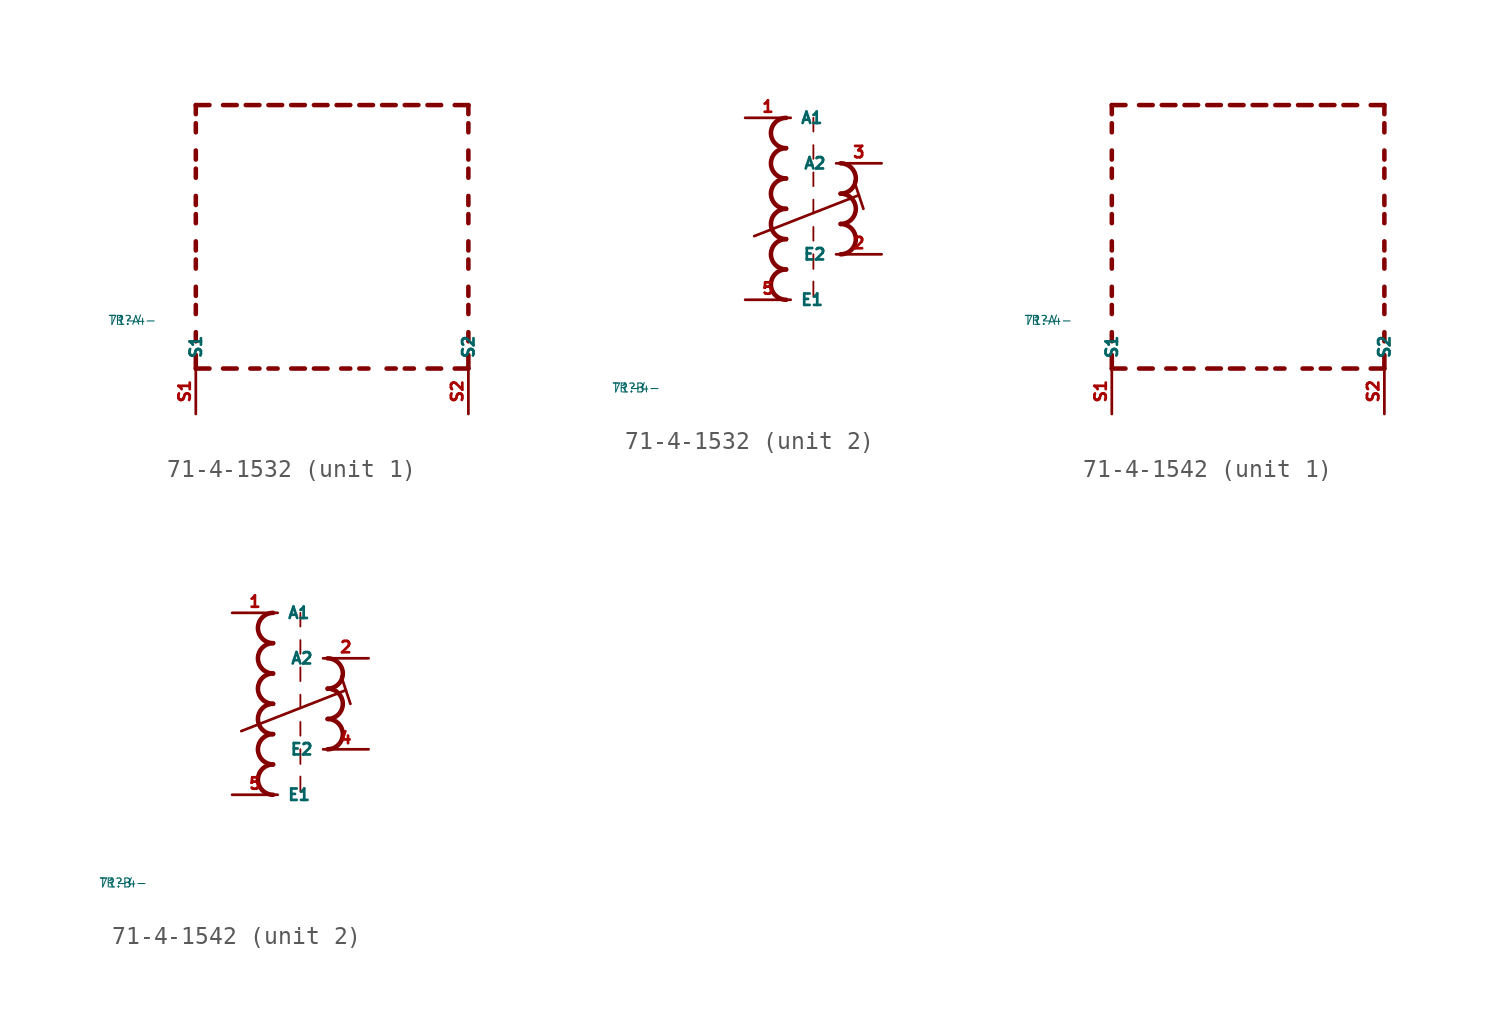
<source format=kicad_sym>
(kicad_symbol_lib
  (version 20220914)
  (generator kicad_symbol_editor)
  (symbol "71-4-1532"
    (property "Reference" "TR"
      (at -10 -10 0)
      (effects (font (size 0.5 0.5) (thickness 0.06)) (justify left)))
    (property "Value" "71-4-"
      (at -10 -10 0)
      (effects (font (size 0.5 0.5) (thickness 0.06)) (justify left)))
    (symbol "71-4-1532_1_0"
      (polyline (pts (xy -5.08 -12.7) (xy -5.08 -11.938)) (stroke (width 0.254) (type default)) (fill (type none)))
      (polyline (pts (xy -5.08 -12.7) (xy -4.318 -12.7)) (stroke (width 0.254) (type default)) (fill (type none)))
      (polyline (pts (xy -5.08 -11.176) (xy -5.08 -10.668)) (stroke (width 0.254) (type default)) (fill (type none)))
      (polyline (pts (xy -5.08 -9.652) (xy -5.08 -9.144)) (stroke (width 0.254) (type default)) (fill (type none)))
      (polyline (pts (xy -5.08 -8.636) (xy -5.08 -8.128)) (stroke (width 0.254) (type default)) (fill (type none)))
      (polyline (pts (xy -5.08 -7.112) (xy -5.08 -6.604)) (stroke (width 0.254) (type default)) (fill (type none)))
      (polyline (pts (xy -5.08 -6.096) (xy -5.08 -5.588)) (stroke (width 0.254) (type default)) (fill (type none)))
      (polyline (pts (xy -5.08 -4.572) (xy -5.08 -4.064)) (stroke (width 0.254) (type default)) (fill (type none)))
      (polyline (pts (xy -5.08 -3.556) (xy -5.08 -3.048)) (stroke (width 0.254) (type default)) (fill (type none)))
      (polyline (pts (xy -5.08 -2.032) (xy -5.08 -1.524)) (stroke (width 0.254) (type default)) (fill (type none)))
      (polyline (pts (xy -5.08 -1.016) (xy -5.08 -0.508)) (stroke (width 0.254) (type default)) (fill (type none)))
      (polyline (pts (xy -5.08 0.508) (xy -5.08 1.016)) (stroke (width 0.254) (type default)) (fill (type none)))
      (polyline (pts (xy -5.08 1.524) (xy -5.08 2.032)) (stroke (width 0.254) (type default)) (fill (type none)))
      (polyline (pts (xy -5.08 2.032) (xy -4.318 2.032)) (stroke (width 0.254) (type default)) (fill (type none)))
      (polyline (pts (xy -3.556 -12.7) (xy -2.794 -12.7)) (stroke (width 0.254) (type default)) (fill (type none)))
      (polyline (pts (xy -3.556 2.032) (xy -2.794 2.032)) (stroke (width 0.254) (type default)) (fill (type none)))
      (polyline (pts (xy -1.524 -12.7) (xy -2.032 -12.7)) (stroke (width 0.254) (type default)) (fill (type none)))
      (polyline (pts (xy -1.524 2.032) (xy -2.286 2.032)) (stroke (width 0.254) (type default)) (fill (type none)))
      (polyline (pts (xy -1.016 2.032) (xy -0.254 2.032)) (stroke (width 0.254) (type default)) (fill (type none)))
      (polyline (pts (xy -0.508 -12.7) (xy -1.016 -12.7)) (stroke (width 0.254) (type default)) (fill (type none)))
      (polyline (pts (xy 1.016 -12.7) (xy 0.254 -12.7)) (stroke (width 0.254) (type default)) (fill (type none)))
      (polyline (pts (xy 1.016 2.032) (xy 0.254 2.032)) (stroke (width 0.254) (type default)) (fill (type none)))
      (polyline (pts (xy 1.524 -12.7) (xy 2.286 -12.7)) (stroke (width 0.254) (type default)) (fill (type none)))
      (polyline (pts (xy 1.524 2.032) (xy 2.286 2.032)) (stroke (width 0.254) (type default)) (fill (type none)))
      (polyline (pts (xy 3.556 -12.7) (xy 3.048 -12.7)) (stroke (width 0.254) (type default)) (fill (type none)))
      (polyline (pts (xy 3.556 2.032) (xy 2.794 2.032)) (stroke (width 0.254) (type default)) (fill (type none)))
      (polyline (pts (xy 4.064 2.032) (xy 4.826 2.032)) (stroke (width 0.254) (type default)) (fill (type none)))
      (polyline (pts (xy 4.572 -12.7) (xy 4.064 -12.7)) (stroke (width 0.254) (type default)) (fill (type none)))
      (polyline (pts (xy 6.096 -12.7) (xy 5.588 -12.7)) (stroke (width 0.254) (type default)) (fill (type none)))
      (polyline (pts (xy 6.096 2.032) (xy 5.334 2.032)) (stroke (width 0.254) (type default)) (fill (type none)))
      (polyline (pts (xy 6.604 2.032) (xy 7.366 2.032)) (stroke (width 0.254) (type default)) (fill (type none)))
      (polyline (pts (xy 7.112 -12.7) (xy 6.604 -12.7)) (stroke (width 0.254) (type default)) (fill (type none)))
      (polyline (pts (xy 8.636 -12.7) (xy 7.874 -12.7)) (stroke (width 0.254) (type default)) (fill (type none)))
      (polyline (pts (xy 8.636 2.032) (xy 7.874 2.032)) (stroke (width 0.254) (type default)) (fill (type none)))
      (polyline (pts (xy 10.16 -12.7) (xy 9.398 -12.7)) (stroke (width 0.254) (type default)) (fill (type none)))
      (polyline (pts (xy 10.16 -12.7) (xy 10.16 -11.938)) (stroke (width 0.254) (type default)) (fill (type none)))
      (polyline (pts (xy 10.16 -11.176) (xy 10.16 -10.668)) (stroke (width 0.254) (type default)) (fill (type none)))
      (polyline (pts (xy 10.16 -9.652) (xy 10.16 -9.144)) (stroke (width 0.254) (type default)) (fill (type none)))
      (polyline (pts (xy 10.16 -8.636) (xy 10.16 -8.128)) (stroke (width 0.254) (type default)) (fill (type none)))
      (polyline (pts (xy 10.16 -7.112) (xy 10.16 -6.604)) (stroke (width 0.254) (type default)) (fill (type none)))
      (polyline (pts (xy 10.16 -6.096) (xy 10.16 -5.588)) (stroke (width 0.254) (type default)) (fill (type none)))
      (polyline (pts (xy 10.16 -4.572) (xy 10.16 -4.064)) (stroke (width 0.254) (type default)) (fill (type none)))
      (polyline (pts (xy 10.16 -3.556) (xy 10.16 -3.048)) (stroke (width 0.254) (type default)) (fill (type none)))
      (polyline (pts (xy 10.16 -2.032) (xy 10.16 -1.524)) (stroke (width 0.254) (type default)) (fill (type none)))
      (polyline (pts (xy 10.16 -1.016) (xy 10.16 -0.508)) (stroke (width 0.254) (type default)) (fill (type none)))
      (polyline (pts (xy 10.16 0.508) (xy 10.16 1.016)) (stroke (width 0.254) (type default)) (fill (type none)))
      (polyline (pts (xy 10.16 1.524) (xy 10.16 2.032)) (stroke (width 0.254) (type default)) (fill (type none)))
      (polyline (pts (xy 10.16 2.032) (xy 9.398 2.032)) (stroke (width 0.254) (type default)) (fill (type none)))
      (pin passive line (at -5.08 -15.24 90) (length 2.54) (name "S1" (effects (font (size 0.635 0.635)))) (number "S1" (effects (font (size 0.635 0.635)))))
      (pin passive line (at 10.16 -15.24 90) (length 2.54) (name "S2" (effects (font (size 0.635 0.635)))) (number "S2" (effects (font (size 0.635 0.635))))))
    (symbol "71-4-1532_2_0"
      (arc (start -0.254 -3.3866) (mid -1.1004 -4.2333) (end -0.254 -5.08) (stroke (width 0.254) (type default)) (fill (type none)))
      (arc (start -0.254 -1.6932) (mid -1.1004 -2.5399) (end -0.254 -3.3866) (stroke (width 0.254) (type default)) (fill (type none)))
      (arc (start -0.254 0) (mid -1.1004 -0.8467) (end -0.254 -1.6934) (stroke (width 0.254) (type default)) (fill (type none)))
      (arc (start -0.254 1.6934) (mid -1.1004 0.8467) (end -0.254 0) (stroke (width 0.254) (type default)) (fill (type none)))
      (arc (start -0.254 3.3866) (mid -1.1002 2.54) (end -0.254 1.6934) (stroke (width 0.254) (type default)) (fill (type none)))
      (arc (start -0.254 5.08) (mid -1.1004 4.2333) (end -0.254 3.3866) (stroke (width 0.254) (type default)) (fill (type none)))
      (polyline (pts (xy -2.032 -1.524) (xy 3.81 0.762)) (stroke (width 0.152) (type default)) (fill (type none)))
      (polyline (pts (xy 1.27 -4.064) (xy 1.27 -4.88)) (stroke (width 0.102) (type default)) (fill (type none)))
      (polyline (pts (xy 1.27 -2.54) (xy 1.27 -3.356)) (stroke (width 0.102) (type default)) (fill (type none)))
      (polyline (pts (xy 1.27 -1.016) (xy 1.27 -1.778)) (stroke (width 0.102) (type default)) (fill (type none)))
      (polyline (pts (xy 1.27 0.508) (xy 1.27 -0.254)) (stroke (width 0.102) (type default)) (fill (type none)))
      (polyline (pts (xy 1.27 2.032) (xy 1.27 1.27)) (stroke (width 0.102) (type default)) (fill (type none)))
      (polyline (pts (xy 1.27 3.556) (xy 1.27 2.794)) (stroke (width 0.102) (type default)) (fill (type none)))
      (polyline (pts (xy 1.27 5.08) (xy 1.27 4.318)) (stroke (width 0.102) (type default)) (fill (type none)))
      (polyline (pts (xy 3.556 1.524) (xy 4.064 0)) (stroke (width 0.152) (type default)) (fill (type none)))
      (arc (start 2.794 -2.54) (mid 3.6404 -1.6933) (end 2.794 -0.8466) (stroke (width 0.254) (type default)) (fill (type none)))
      (arc (start 2.794 -0.8466) (mid 3.6402 0) (end 2.794 0.8466) (stroke (width 0.254) (type default)) (fill (type none)))
      (arc (start 2.794 0.8466) (mid 3.6404 1.6933) (end 2.794 2.54) (stroke (width 0.254) (type default)) (fill (type none)))
      (pin passive line (at -2.54 5.08 0) (length 2.54) (name "A1" (effects (font (size 0.635 0.635)))) (number "1" (effects (font (size 0.635 0.635)))))
      (pin passive line (at 5.08 -2.54 180) (length 2.54) (name "E2" (effects (font (size 0.635 0.635)))) (number "2" (effects (font (size 0.635 0.635)))))
      (pin passive line (at 5.08 2.54 180) (length 2.54) (name "A2" (effects (font (size 0.635 0.635)))) (number "3" (effects (font (size 0.635 0.635)))))
      (pin passive line (at -2.54 -5.08 0) (length 2.54) (name "E1" (effects (font (size 0.635 0.635)))) (number "5" (effects (font (size 0.635 0.635)))))))
  (symbol "71-4-1542"
    (property "Reference" "TR"
      (at -10 -10 0)
      (effects (font (size 0.5 0.5) (thickness 0.06)) (justify left)))
    (property "Value" "71-4-"
      (at -10 -10 0)
      (effects (font (size 0.5 0.5) (thickness 0.06)) (justify left)))
    (symbol "71-4-1542_1_0"
      (polyline (pts (xy -5.08 -12.7) (xy -5.08 -11.938)) (stroke (width 0.254) (type default)) (fill (type none)))
      (polyline (pts (xy -5.08 -12.7) (xy -4.318 -12.7)) (stroke (width 0.254) (type default)) (fill (type none)))
      (polyline (pts (xy -5.08 -11.176) (xy -5.08 -10.668)) (stroke (width 0.254) (type default)) (fill (type none)))
      (polyline (pts (xy -5.08 -9.652) (xy -5.08 -9.144)) (stroke (width 0.254) (type default)) (fill (type none)))
      (polyline (pts (xy -5.08 -8.636) (xy -5.08 -8.128)) (stroke (width 0.254) (type default)) (fill (type none)))
      (polyline (pts (xy -5.08 -7.112) (xy -5.08 -6.604)) (stroke (width 0.254) (type default)) (fill (type none)))
      (polyline (pts (xy -5.08 -6.096) (xy -5.08 -5.588)) (stroke (width 0.254) (type default)) (fill (type none)))
      (polyline (pts (xy -5.08 -4.572) (xy -5.08 -4.064)) (stroke (width 0.254) (type default)) (fill (type none)))
      (polyline (pts (xy -5.08 -3.556) (xy -5.08 -3.048)) (stroke (width 0.254) (type default)) (fill (type none)))
      (polyline (pts (xy -5.08 -2.032) (xy -5.08 -1.524)) (stroke (width 0.254) (type default)) (fill (type none)))
      (polyline (pts (xy -5.08 -1.016) (xy -5.08 -0.508)) (stroke (width 0.254) (type default)) (fill (type none)))
      (polyline (pts (xy -5.08 0.508) (xy -5.08 1.016)) (stroke (width 0.254) (type default)) (fill (type none)))
      (polyline (pts (xy -5.08 1.524) (xy -5.08 2.032)) (stroke (width 0.254) (type default)) (fill (type none)))
      (polyline (pts (xy -5.08 2.032) (xy -4.318 2.032)) (stroke (width 0.254) (type default)) (fill (type none)))
      (polyline (pts (xy -3.556 -12.7) (xy -2.794 -12.7)) (stroke (width 0.254) (type default)) (fill (type none)))
      (polyline (pts (xy -3.556 2.032) (xy -2.794 2.032)) (stroke (width 0.254) (type default)) (fill (type none)))
      (polyline (pts (xy -1.524 -12.7) (xy -2.032 -12.7)) (stroke (width 0.254) (type default)) (fill (type none)))
      (polyline (pts (xy -1.524 2.032) (xy -2.286 2.032)) (stroke (width 0.254) (type default)) (fill (type none)))
      (polyline (pts (xy -1.016 2.032) (xy -0.254 2.032)) (stroke (width 0.254) (type default)) (fill (type none)))
      (polyline (pts (xy -0.508 -12.7) (xy -1.016 -12.7)) (stroke (width 0.254) (type default)) (fill (type none)))
      (polyline (pts (xy 1.016 -12.7) (xy 0.254 -12.7)) (stroke (width 0.254) (type default)) (fill (type none)))
      (polyline (pts (xy 1.016 2.032) (xy 0.254 2.032)) (stroke (width 0.254) (type default)) (fill (type none)))
      (polyline (pts (xy 1.524 -12.7) (xy 2.286 -12.7)) (stroke (width 0.254) (type default)) (fill (type none)))
      (polyline (pts (xy 1.524 2.032) (xy 2.286 2.032)) (stroke (width 0.254) (type default)) (fill (type none)))
      (polyline (pts (xy 3.556 -12.7) (xy 3.048 -12.7)) (stroke (width 0.254) (type default)) (fill (type none)))
      (polyline (pts (xy 3.556 2.032) (xy 2.794 2.032)) (stroke (width 0.254) (type default)) (fill (type none)))
      (polyline (pts (xy 4.064 2.032) (xy 4.826 2.032)) (stroke (width 0.254) (type default)) (fill (type none)))
      (polyline (pts (xy 4.572 -12.7) (xy 4.064 -12.7)) (stroke (width 0.254) (type default)) (fill (type none)))
      (polyline (pts (xy 6.096 -12.7) (xy 5.588 -12.7)) (stroke (width 0.254) (type default)) (fill (type none)))
      (polyline (pts (xy 6.096 2.032) (xy 5.334 2.032)) (stroke (width 0.254) (type default)) (fill (type none)))
      (polyline (pts (xy 6.604 2.032) (xy 7.366 2.032)) (stroke (width 0.254) (type default)) (fill (type none)))
      (polyline (pts (xy 7.112 -12.7) (xy 6.604 -12.7)) (stroke (width 0.254) (type default)) (fill (type none)))
      (polyline (pts (xy 8.636 -12.7) (xy 7.874 -12.7)) (stroke (width 0.254) (type default)) (fill (type none)))
      (polyline (pts (xy 8.636 2.032) (xy 7.874 2.032)) (stroke (width 0.254) (type default)) (fill (type none)))
      (polyline (pts (xy 10.16 -12.7) (xy 9.398 -12.7)) (stroke (width 0.254) (type default)) (fill (type none)))
      (polyline (pts (xy 10.16 -12.7) (xy 10.16 -11.938)) (stroke (width 0.254) (type default)) (fill (type none)))
      (polyline (pts (xy 10.16 -11.176) (xy 10.16 -10.668)) (stroke (width 0.254) (type default)) (fill (type none)))
      (polyline (pts (xy 10.16 -9.652) (xy 10.16 -9.144)) (stroke (width 0.254) (type default)) (fill (type none)))
      (polyline (pts (xy 10.16 -8.636) (xy 10.16 -8.128)) (stroke (width 0.254) (type default)) (fill (type none)))
      (polyline (pts (xy 10.16 -7.112) (xy 10.16 -6.604)) (stroke (width 0.254) (type default)) (fill (type none)))
      (polyline (pts (xy 10.16 -6.096) (xy 10.16 -5.588)) (stroke (width 0.254) (type default)) (fill (type none)))
      (polyline (pts (xy 10.16 -4.572) (xy 10.16 -4.064)) (stroke (width 0.254) (type default)) (fill (type none)))
      (polyline (pts (xy 10.16 -3.556) (xy 10.16 -3.048)) (stroke (width 0.254) (type default)) (fill (type none)))
      (polyline (pts (xy 10.16 -2.032) (xy 10.16 -1.524)) (stroke (width 0.254) (type default)) (fill (type none)))
      (polyline (pts (xy 10.16 -1.016) (xy 10.16 -0.508)) (stroke (width 0.254) (type default)) (fill (type none)))
      (polyline (pts (xy 10.16 0.508) (xy 10.16 1.016)) (stroke (width 0.254) (type default)) (fill (type none)))
      (polyline (pts (xy 10.16 1.524) (xy 10.16 2.032)) (stroke (width 0.254) (type default)) (fill (type none)))
      (polyline (pts (xy 10.16 2.032) (xy 9.398 2.032)) (stroke (width 0.254) (type default)) (fill (type none)))
      (pin passive line (at -5.08 -15.24 90) (length 2.54) (name "S1" (effects (font (size 0.635 0.635)))) (number "S1" (effects (font (size 0.635 0.635)))))
      (pin passive line (at 10.16 -15.24 90) (length 2.54) (name "S2" (effects (font (size 0.635 0.635)))) (number "S2" (effects (font (size 0.635 0.635))))))
    (symbol "71-4-1542_2_0"
      (arc (start -0.254 -3.3866) (mid -1.1004 -4.2333) (end -0.254 -5.08) (stroke (width 0.254) (type default)) (fill (type none)))
      (arc (start -0.254 -1.6932) (mid -1.1004 -2.5399) (end -0.254 -3.3866) (stroke (width 0.254) (type default)) (fill (type none)))
      (arc (start -0.254 0) (mid -1.1004 -0.8467) (end -0.254 -1.6934) (stroke (width 0.254) (type default)) (fill (type none)))
      (arc (start -0.254 1.6934) (mid -1.1004 0.8467) (end -0.254 0) (stroke (width 0.254) (type default)) (fill (type none)))
      (arc (start -0.254 3.3866) (mid -1.1002 2.54) (end -0.254 1.6934) (stroke (width 0.254) (type default)) (fill (type none)))
      (arc (start -0.254 5.08) (mid -1.1004 4.2333) (end -0.254 3.3866) (stroke (width 0.254) (type default)) (fill (type none)))
      (polyline (pts (xy -2.032 -1.524) (xy 3.81 0.762)) (stroke (width 0.152) (type default)) (fill (type none)))
      (polyline (pts (xy 1.27 -4.064) (xy 1.27 -4.88)) (stroke (width 0.102) (type default)) (fill (type none)))
      (polyline (pts (xy 1.27 -2.54) (xy 1.27 -3.356)) (stroke (width 0.102) (type default)) (fill (type none)))
      (polyline (pts (xy 1.27 -1.016) (xy 1.27 -1.778)) (stroke (width 0.102) (type default)) (fill (type none)))
      (polyline (pts (xy 1.27 0.508) (xy 1.27 -0.254)) (stroke (width 0.102) (type default)) (fill (type none)))
      (polyline (pts (xy 1.27 2.032) (xy 1.27 1.27)) (stroke (width 0.102) (type default)) (fill (type none)))
      (polyline (pts (xy 1.27 3.556) (xy 1.27 2.794)) (stroke (width 0.102) (type default)) (fill (type none)))
      (polyline (pts (xy 1.27 5.08) (xy 1.27 4.318)) (stroke (width 0.102) (type default)) (fill (type none)))
      (polyline (pts (xy 3.556 1.524) (xy 4.064 0)) (stroke (width 0.152) (type default)) (fill (type none)))
      (arc (start 2.794 -2.54) (mid 3.6404 -1.6933) (end 2.794 -0.8466) (stroke (width 0.254) (type default)) (fill (type none)))
      (arc (start 2.794 -0.8466) (mid 3.6402 0) (end 2.794 0.8466) (stroke (width 0.254) (type default)) (fill (type none)))
      (arc (start 2.794 0.8466) (mid 3.6404 1.6933) (end 2.794 2.54) (stroke (width 0.254) (type default)) (fill (type none)))
      (pin passive line (at -2.54 5.08 0) (length 2.54) (name "A1" (effects (font (size 0.635 0.635)))) (number "1" (effects (font (size 0.635 0.635)))))
      (pin passive line (at 5.08 2.54 180) (length 2.54) (name "A2" (effects (font (size 0.635 0.635)))) (number "2" (effects (font (size 0.635 0.635)))))
      (pin passive line (at 5.08 -2.54 180) (length 2.54) (name "E2" (effects (font (size 0.635 0.635)))) (number "4" (effects (font (size 0.635 0.635)))))
      (pin passive line (at -2.54 -5.08 0) (length 2.54) (name "E1" (effects (font (size 0.635 0.635)))) (number "5" (effects (font (size 0.635 0.635))))))))
</source>
